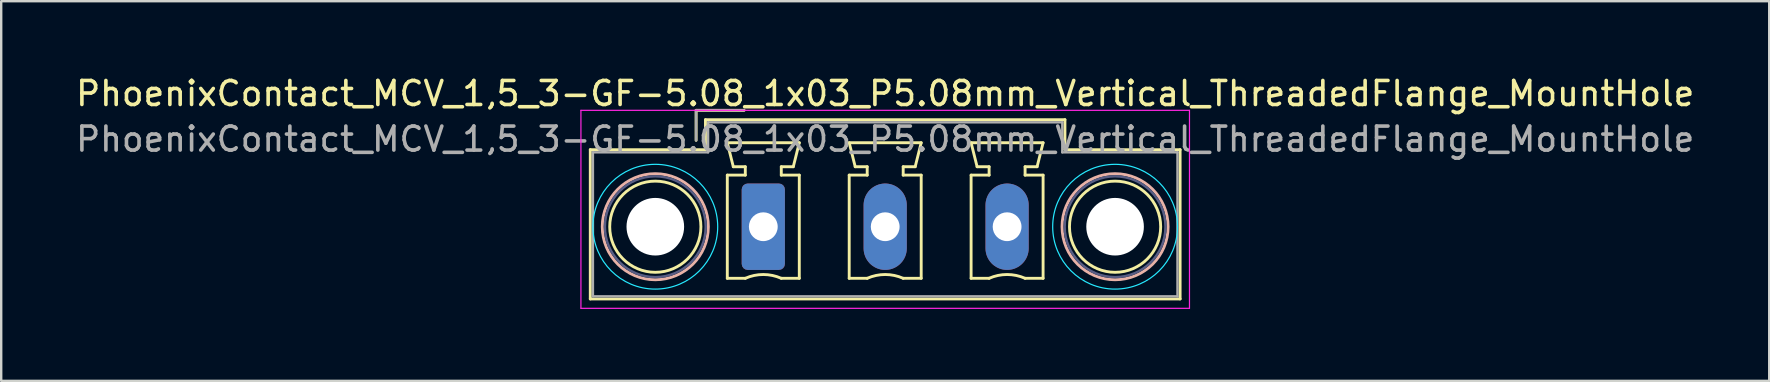
<source format=kicad_pcb>
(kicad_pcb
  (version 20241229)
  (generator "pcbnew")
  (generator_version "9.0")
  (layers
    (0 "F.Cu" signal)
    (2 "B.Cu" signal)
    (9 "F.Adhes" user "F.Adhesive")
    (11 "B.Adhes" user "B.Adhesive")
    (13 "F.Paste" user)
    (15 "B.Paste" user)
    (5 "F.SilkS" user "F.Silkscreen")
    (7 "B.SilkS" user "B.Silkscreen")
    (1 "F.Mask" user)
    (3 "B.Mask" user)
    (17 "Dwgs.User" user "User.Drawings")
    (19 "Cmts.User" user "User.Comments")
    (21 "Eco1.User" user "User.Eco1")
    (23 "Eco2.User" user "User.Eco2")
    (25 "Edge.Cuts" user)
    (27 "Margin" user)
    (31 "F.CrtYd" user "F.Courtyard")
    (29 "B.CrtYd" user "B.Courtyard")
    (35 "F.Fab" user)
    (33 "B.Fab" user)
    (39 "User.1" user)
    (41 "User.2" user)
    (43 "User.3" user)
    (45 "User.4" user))
  (footprint "PhoenixContact_MCV_1,5_3-GF-5.08_1x03_P5.08mm_Vertical_ThreadedFlange_MountHole"
    (layer "F.Cu")
    (at 28.759 6.398)
    (property "Reference" "PhoenixContact_MCV_1,5_3-GF-5.08_1x03_P5.08mm_Vertical_ThreadedFlange_MountHole" (at 5.08 -5.55 0) (layer "F.SilkS") (effects (font (size 1 1) (thickness 0.15))))
    (attr through_hole)
    (fp_line (start -7.21 -3.21) (end -7.21 3.01) (stroke (width 0.12) (type solid)) (layer "F.SilkS"))
    (fp_line (start -7.21 3.01) (end 17.37 3.01) (stroke (width 0.12) (type solid)) (layer "F.SilkS"))
    (fp_line (start -2.8 -4.85) (end -0.8 -4.85) (stroke (width 0.12) (type solid)) (layer "F.SilkS"))
    (fp_line (start -2.8 -3.6) (end -2.8 -4.85) (stroke (width 0.12) (type solid)) (layer "F.SilkS"))
    (fp_line (start -2.41 -4.46) (end -2.41 -3.21) (stroke (width 0.12) (type solid)) (layer "F.SilkS"))
    (fp_line (start -2.41 -3.21) (end -7.21 -3.21) (stroke (width 0.12) (type solid)) (layer "F.SilkS"))
    (fp_line (start -1.5 -3.5) (end 1.5 -3.5) (stroke (width 0.12) (type solid)) (layer "F.SilkS"))
    (fp_line (start -1.5 -2.15) (end -0.75 -2.15) (stroke (width 0.12) (type solid)) (layer "F.SilkS"))
    (fp_line (start -1.5 2.15) (end -1.5 -2.15) (stroke (width 0.12) (type solid)) (layer "F.SilkS"))
    (fp_line (start -1.25 -2.5) (end -1.5 -3.5) (stroke (width 0.12) (type solid)) (layer "F.SilkS"))
    (fp_line (start -0.75 -2.5) (end -1.25 -2.5) (stroke (width 0.12) (type solid)) (layer "F.SilkS"))
    (fp_line (start -0.75 -2.15) (end -0.75 -2.5) (stroke (width 0.12) (type solid)) (layer "F.SilkS"))
    (fp_line (start -0.75 2.15) (end -1.5 2.15) (stroke (width 0.12) (type solid)) (layer "F.SilkS"))
    (fp_line (start 0.75 -2.5) (end 0.75 -2.15) (stroke (width 0.12) (type solid)) (layer "F.SilkS"))
    (fp_line (start 0.75 -2.15) (end 1.5 -2.15) (stroke (width 0.12) (type solid)) (layer "F.SilkS"))
    (fp_line (start 1.25 -2.5) (end 0.75 -2.5) (stroke (width 0.12) (type solid)) (layer "F.SilkS"))
    (fp_line (start 1.5 -3.5) (end 1.25 -2.5) (stroke (width 0.12) (type solid)) (layer "F.SilkS"))
    (fp_line (start 1.5 -2.15) (end 1.5 2.15) (stroke (width 0.12) (type solid)) (layer "F.SilkS"))
    (fp_line (start 1.5 2.15) (end 0.75 2.15) (stroke (width 0.12) (type solid)) (layer "F.SilkS"))
    (fp_line (start 3.58 -3.5) (end 6.58 -3.5) (stroke (width 0.12) (type solid)) (layer "F.SilkS"))
    (fp_line (start 3.58 -2.15) (end 4.33 -2.15) (stroke (width 0.12) (type solid)) (layer "F.SilkS"))
    (fp_line (start 3.58 2.15) (end 3.58 -2.15) (stroke (width 0.12) (type solid)) (layer "F.SilkS"))
    (fp_line (start 3.83 -2.5) (end 3.58 -3.5) (stroke (width 0.12) (type solid)) (layer "F.SilkS"))
    (fp_line (start 4.33 -2.5) (end 3.83 -2.5) (stroke (width 0.12) (type solid)) (layer "F.SilkS"))
    (fp_line (start 4.33 -2.15) (end 4.33 -2.5) (stroke (width 0.12) (type solid)) (layer "F.SilkS"))
    (fp_line (start 4.33 2.15) (end 3.58 2.15) (stroke (width 0.12) (type solid)) (layer "F.SilkS"))
    (fp_line (start 5.83 -2.5) (end 5.83 -2.15) (stroke (width 0.12) (type solid)) (layer "F.SilkS"))
    (fp_line (start 5.83 -2.15) (end 6.58 -2.15) (stroke (width 0.12) (type solid)) (layer "F.SilkS"))
    (fp_line (start 6.33 -2.5) (end 5.83 -2.5) (stroke (width 0.12) (type solid)) (layer "F.SilkS"))
    (fp_line (start 6.58 -3.5) (end 6.33 -2.5) (stroke (width 0.12) (type solid)) (layer "F.SilkS"))
    (fp_line (start 6.58 -2.15) (end 6.58 2.15) (stroke (width 0.12) (type solid)) (layer "F.SilkS"))
    (fp_line (start 6.58 2.15) (end 5.83 2.15) (stroke (width 0.12) (type solid)) (layer "F.SilkS"))
    (fp_line (start 8.66 -3.5) (end 11.66 -3.5) (stroke (width 0.12) (type solid)) (layer "F.SilkS"))
    (fp_line (start 8.66 -2.15) (end 9.41 -2.15) (stroke (width 0.12) (type solid)) (layer "F.SilkS"))
    (fp_line (start 8.66 2.15) (end 8.66 -2.15) (stroke (width 0.12) (type solid)) (layer "F.SilkS"))
    (fp_line (start 8.91 -2.5) (end 8.66 -3.5) (stroke (width 0.12) (type solid)) (layer "F.SilkS"))
    (fp_line (start 9.41 -2.5) (end 8.91 -2.5) (stroke (width 0.12) (type solid)) (layer "F.SilkS"))
    (fp_line (start 9.41 -2.15) (end 9.41 -2.5) (stroke (width 0.12) (type solid)) (layer "F.SilkS"))
    (fp_line (start 9.41 2.15) (end 8.66 2.15) (stroke (width 0.12) (type solid)) (layer "F.SilkS"))
    (fp_line (start 10.91 -2.5) (end 10.91 -2.15) (stroke (width 0.12) (type solid)) (layer "F.SilkS"))
    (fp_line (start 10.91 -2.15) (end 11.66 -2.15) (stroke (width 0.12) (type solid)) (layer "F.SilkS"))
    (fp_line (start 11.41 -2.5) (end 10.91 -2.5) (stroke (width 0.12) (type solid)) (layer "F.SilkS"))
    (fp_line (start 11.66 -3.5) (end 11.41 -2.5) (stroke (width 0.12) (type solid)) (layer "F.SilkS"))
    (fp_line (start 11.66 -2.15) (end 11.66 2.15) (stroke (width 0.12) (type solid)) (layer "F.SilkS"))
    (fp_line (start 11.66 2.15) (end 10.91 2.15) (stroke (width 0.12) (type solid)) (layer "F.SilkS"))
    (fp_line (start 12.57 -4.46) (end -2.41 -4.46) (stroke (width 0.12) (type solid)) (layer "F.SilkS"))
    (fp_line (start 12.57 -3.21) (end 12.57 -4.46) (stroke (width 0.12) (type solid)) (layer "F.SilkS"))
    (fp_line (start 17.37 -3.21) (end 12.57 -3.21) (stroke (width 0.12) (type solid)) (layer "F.SilkS"))
    (fp_line (start 17.37 3.01) (end 17.37 -3.21) (stroke (width 0.12) (type solid)) (layer "F.SilkS"))
    (fp_arc (start -0.75 2.15) (mid -0.000193 1.99191) (end 0.749647 2.149844) (stroke (width 0.12) (type solid)) (layer "F.SilkS"))
    (fp_arc (start 4.33 2.15) (mid 5.079807 1.99191) (end 5.829647 2.149844) (stroke (width 0.12) (type solid)) (layer "F.SilkS"))
    (fp_arc (start 9.41 2.15) (mid 10.159807 1.99191) (end 10.909647 2.149844) (stroke (width 0.12) (type solid)) (layer "F.SilkS"))
    (fp_circle (center -4.5 0) (end -2.6 0) (stroke (width 0.12) (type solid)) (fill no) (layer "F.SilkS"))
    (fp_circle (center 14.66 0) (end 16.56 0) (stroke (width 0.12) (type solid)) (fill no) (layer "F.SilkS"))
    (fp_circle (center -4.5 0) (end -2.29 0) (stroke (width 0.12) (type solid)) (fill no) (layer "B.SilkS"))
    (fp_circle (center 14.66 0) (end 16.87 0) (stroke (width 0.12) (type solid)) (fill no) (layer "B.SilkS"))
    (fp_circle (center -4.5 0) (end -1.9 0) (stroke (width 0.05) (type solid)) (fill no) (layer "B.CrtYd"))
    (fp_circle (center 14.66 0) (end 17.26 0) (stroke (width 0.05) (type solid)) (fill no) (layer "B.CrtYd"))
    (fp_line (start -7.6 -4.85) (end -7.6 3.4) (stroke (width 0.05) (type solid)) (layer "F.CrtYd"))
    (fp_line (start -7.6 3.4) (end 17.76 3.4) (stroke (width 0.05) (type solid)) (layer "F.CrtYd"))
    (fp_line (start 17.76 -4.85) (end -7.6 -4.85) (stroke (width 0.05) (type solid)) (layer "F.CrtYd"))
    (fp_line (start 17.76 3.4) (end 17.76 -4.85) (stroke (width 0.05) (type solid)) (layer "F.CrtYd"))
    (fp_circle (center -4.5 0) (end -2.4 0) (stroke (width 0.1) (type solid)) (fill no) (layer "B.Fab"))
    (fp_circle (center 14.66 0) (end 16.76 0) (stroke (width 0.1) (type solid)) (fill no) (layer "B.Fab"))
    (fp_line (start -7.1 -3.1) (end -7.1 2.9) (stroke (width 0.1) (type solid)) (layer "F.Fab"))
    (fp_line (start -7.1 2.9) (end 17.26 2.9) (stroke (width 0.1) (type solid)) (layer "F.Fab"))
    (fp_line (start -2.8 -4.85) (end -0.8 -4.85) (stroke (width 0.1) (type solid)) (layer "F.Fab"))
    (fp_line (start -2.8 -3.6) (end -2.8 -4.85) (stroke (width 0.1) (type solid)) (layer "F.Fab"))
    (fp_line (start -2.3 -4.35) (end -2.3 -3.1) (stroke (width 0.1) (type solid)) (layer "F.Fab"))
    (fp_line (start -2.3 -3.1) (end -7.1 -3.1) (stroke (width 0.1) (type solid)) (layer "F.Fab"))
    (fp_line (start 12.46 -4.35) (end -2.3 -4.35) (stroke (width 0.1) (type solid)) (layer "F.Fab"))
    (fp_line (start 12.46 -3.1) (end 12.46 -4.35) (stroke (width 0.1) (type solid)) (layer "F.Fab"))
    (fp_line (start 17.26 -3.1) (end 12.46 -3.1) (stroke (width 0.1) (type solid)) (layer "F.Fab"))
    (fp_line (start 17.26 2.9) (end 17.26 -3.1) (stroke (width 0.1) (type solid)) (layer "F.Fab"))
    (fp_text user "${REFERENCE}" (at 5.08 -3.65 0) (layer "F.Fab") (effects (font (size 1 1) (thickness 0.15))))
    (pad "" np_thru_hole circle (at -4.5 0) (size 2.4 2.4) (drill 2.4) (layers "*.Cu" "*.Mask"))
    (pad "" np_thru_hole circle (at 14.66 0) (size 2.4 2.4) (drill 2.4) (layers "*.Cu" "*.Mask"))
    (pad "1" thru_hole roundrect (at 0 0) (size 1.8 3.6) (drill 1.2) (layers "*.Cu" "*.Mask") (roundrect_rratio 0.139))
    (pad "2" thru_hole oval (at 5.08 0) (size 1.8 3.6) (drill 1.2) (layers "*.Cu" "*.Mask"))
    (pad "3" thru_hole oval (at 10.16 0) (size 1.8 3.6) (drill 1.2) (layers "*.Cu" "*.Mask")))
  (gr_rect
    (start -3 -3)
    (end 70.679 12.823)
    (stroke (width 0.1) (type default))
    (fill no)
    (layer "Edge.Cuts")))
</source>
